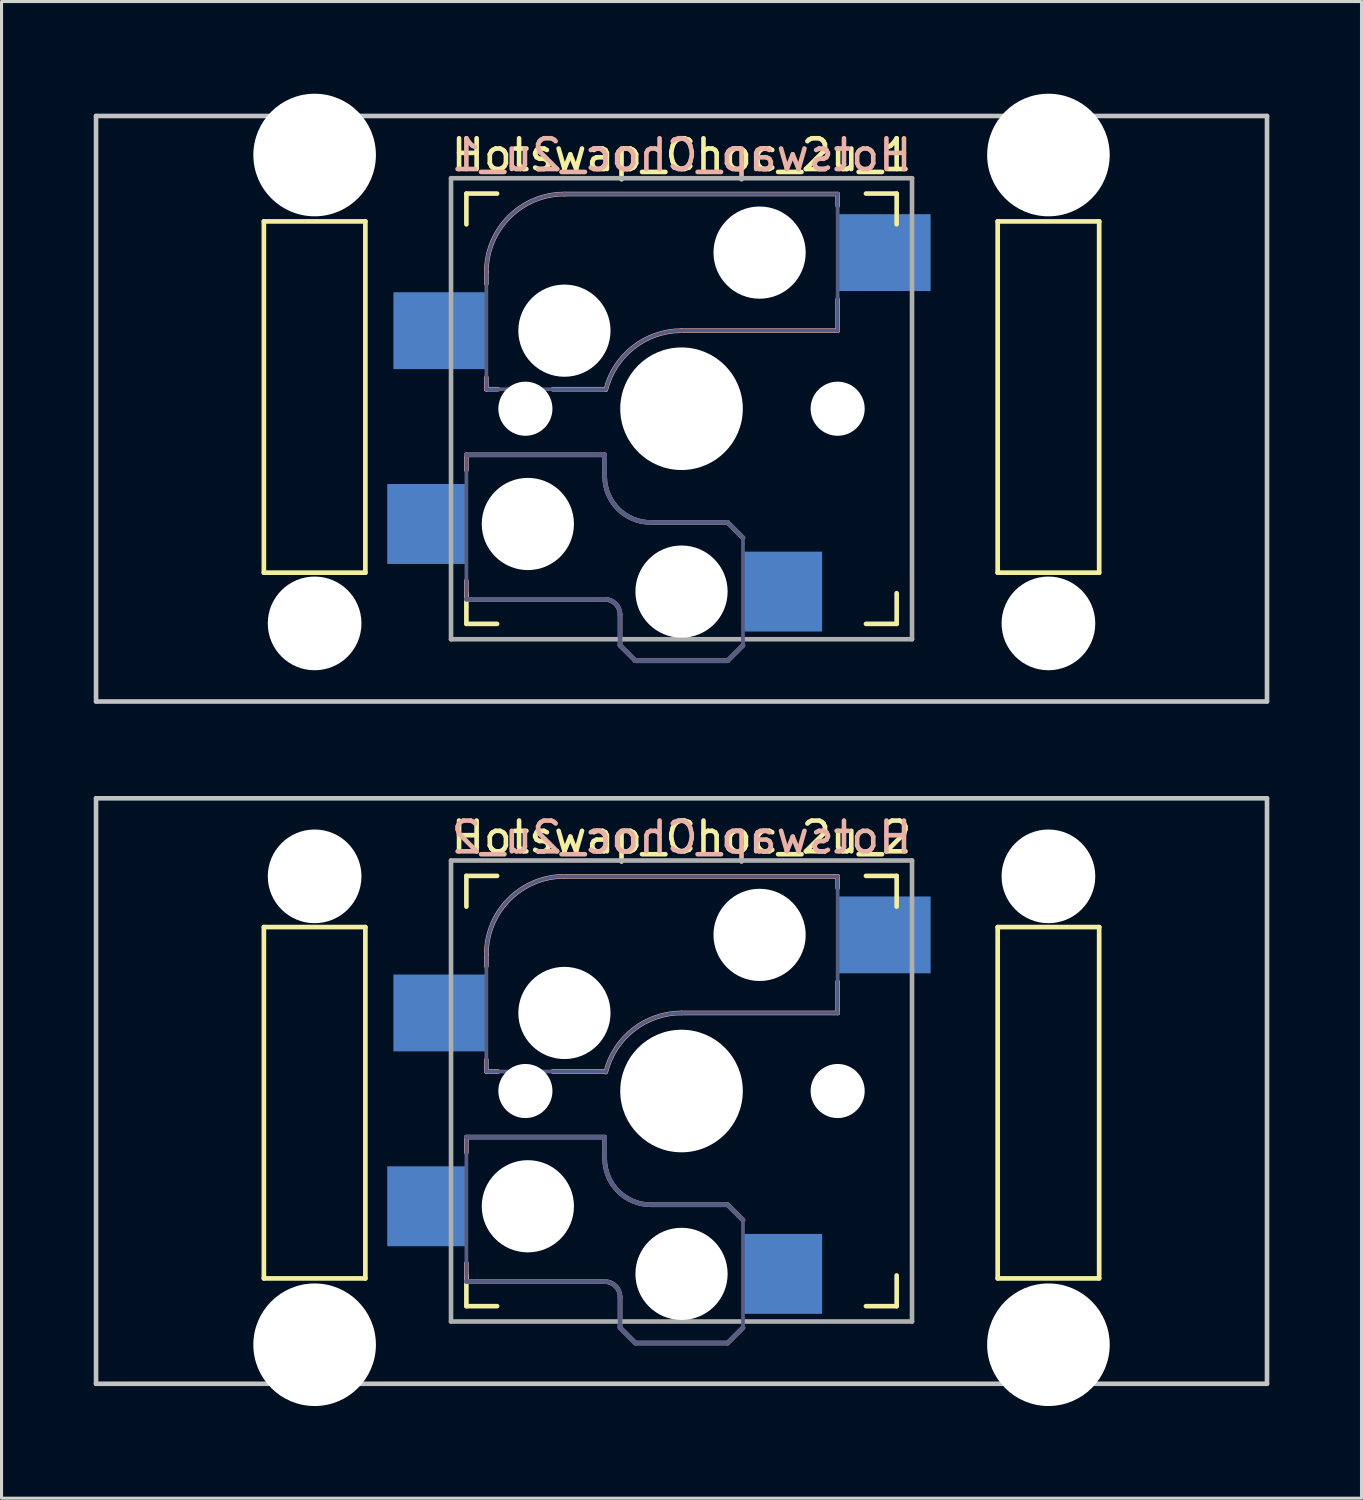
<source format=kicad_pcb>
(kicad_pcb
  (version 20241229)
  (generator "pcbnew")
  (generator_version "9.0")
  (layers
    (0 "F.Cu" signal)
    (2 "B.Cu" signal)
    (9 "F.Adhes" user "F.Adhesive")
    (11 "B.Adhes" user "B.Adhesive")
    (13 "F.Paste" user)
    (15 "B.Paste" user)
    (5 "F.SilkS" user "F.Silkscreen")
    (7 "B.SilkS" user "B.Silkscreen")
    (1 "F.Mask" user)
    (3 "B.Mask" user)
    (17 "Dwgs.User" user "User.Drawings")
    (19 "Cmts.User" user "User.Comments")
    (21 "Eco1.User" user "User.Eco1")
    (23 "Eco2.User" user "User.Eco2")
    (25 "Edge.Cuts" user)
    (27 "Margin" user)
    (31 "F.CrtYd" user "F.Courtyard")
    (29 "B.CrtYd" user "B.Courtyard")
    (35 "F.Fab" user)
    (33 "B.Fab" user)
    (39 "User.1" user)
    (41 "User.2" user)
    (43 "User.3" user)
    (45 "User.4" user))
  (footprint "Hotswap_Choc_2u_2"
    (layer "F.Cu")
    (at 19.125 32.449)
    (property "Reference" "Hotswap_Choc_2u_2" (at 0 -8.255 0) (layer "F.SilkS") (effects (font (size 1 1) (thickness 0.15))))
    (attr through_hole)
    (fp_line (start -13.589 -5.334) (end -13.589 6.096) (stroke (width 0.152) (type solid)) (layer "F.SilkS"))
    (fp_line (start -13.589 6.096) (end -10.287 6.096) (stroke (width 0.152) (type solid)) (layer "F.SilkS"))
    (fp_line (start -10.287 -5.334) (end -13.589 -5.334) (stroke (width 0.152) (type solid)) (layer "F.SilkS"))
    (fp_line (start -10.287 6.096) (end -10.287 -5.334) (stroke (width 0.152) (type solid)) (layer "F.SilkS"))
    (fp_line (start -7 -6) (end -7 -7) (stroke (width 0.15) (type solid)) (layer "F.SilkS"))
    (fp_line (start -7 7) (end -7 6) (stroke (width 0.15) (type solid)) (layer "F.SilkS"))
    (fp_line (start -7 7) (end -6 7) (stroke (width 0.15) (type solid)) (layer "F.SilkS"))
    (fp_line (start -6 -7) (end -7 -7) (stroke (width 0.15) (type solid)) (layer "F.SilkS"))
    (fp_line (start 6 7) (end 7 7) (stroke (width 0.15) (type solid)) (layer "F.SilkS"))
    (fp_line (start 7 -7) (end 6 -7) (stroke (width 0.15) (type solid)) (layer "F.SilkS"))
    (fp_line (start 7 -7) (end 7 -6) (stroke (width 0.15) (type solid)) (layer "F.SilkS"))
    (fp_line (start 7 6) (end 7 7) (stroke (width 0.15) (type solid)) (layer "F.SilkS"))
    (fp_line (start 10.287 -5.334) (end 10.287 6.096) (stroke (width 0.152) (type solid)) (layer "F.SilkS"))
    (fp_line (start 10.287 6.096) (end 13.589 6.096) (stroke (width 0.152) (type solid)) (layer "F.SilkS"))
    (fp_line (start 13.589 -5.334) (end 10.287 -5.334) (stroke (width 0.152) (type solid)) (layer "F.SilkS"))
    (fp_line (start 13.589 6.096) (end 13.589 -5.334) (stroke (width 0.152) (type solid)) (layer "F.SilkS"))
    (fp_line (start -7 1.5) (end -7 2) (stroke (width 0.15) (type solid)) (layer "B.SilkS"))
    (fp_line (start -7 5.6) (end -7 6.2) (stroke (width 0.15) (type solid)) (layer "B.SilkS"))
    (fp_line (start -7 6.2) (end -2.5 6.2) (stroke (width 0.15) (type solid)) (layer "B.SilkS"))
    (fp_line (start -6.35 -4.445) (end -6.35 -4.064) (stroke (width 0.15) (type solid)) (layer "B.SilkS"))
    (fp_line (start -6.35 -1.016) (end -6.35 -0.635) (stroke (width 0.15) (type solid)) (layer "B.SilkS"))
    (fp_line (start -6.35 -0.635) (end -5.969 -0.635) (stroke (width 0.15) (type solid)) (layer "B.SilkS"))
    (fp_line (start -4.191 -0.635) (end -2.54 -0.635) (stroke (width 0.15) (type solid)) (layer "B.SilkS"))
    (fp_line (start -2.5 1.5) (end -7 1.5) (stroke (width 0.15) (type solid)) (layer "B.SilkS"))
    (fp_line (start -2.5 2.2) (end -2.5 1.5) (stroke (width 0.15) (type solid)) (layer "B.SilkS"))
    (fp_line (start -2 6.7) (end -2 7.7) (stroke (width 0.15) (type solid)) (layer "B.SilkS"))
    (fp_line (start -1.5 8.2) (end -2 7.7) (stroke (width 0.15) (type solid)) (layer "B.SilkS"))
    (fp_line (start 0 -2.54) (end 5.08 -2.54) (stroke (width 0.15) (type solid)) (layer "B.SilkS"))
    (fp_line (start 1.5 3.7) (end -1 3.7) (stroke (width 0.15) (type solid)) (layer "B.SilkS"))
    (fp_line (start 1.5 8.2) (end -1.5 8.2) (stroke (width 0.15) (type solid)) (layer "B.SilkS"))
    (fp_line (start 2 4.2) (end 1.5 3.7) (stroke (width 0.15) (type solid)) (layer "B.SilkS"))
    (fp_line (start 2 7.7) (end 1.5 8.2) (stroke (width 0.15) (type solid)) (layer "B.SilkS"))
    (fp_line (start 5.08 -6.985) (end -3.81 -6.985) (stroke (width 0.15) (type solid)) (layer "B.SilkS"))
    (fp_line (start 5.08 -6.604) (end 5.08 -6.985) (stroke (width 0.15) (type solid)) (layer "B.SilkS"))
    (fp_line (start 5.08 -2.54) (end 5.08 -3.556) (stroke (width 0.15) (type solid)) (layer "B.SilkS"))
    (fp_arc (start -6.35 -4.445) (mid -5.606051 -6.241051) (end -3.81 -6.985) (stroke (width 0.15) (type solid)) (layer "B.SilkS"))
    (fp_arc (start -2.5 6.2) (mid -2.146447 6.346447) (end -2 6.7) (stroke (width 0.15) (type solid)) (layer "B.SilkS"))
    (fp_arc (start -2.464162 -0.61604) (mid -1.563147 -2.002042) (end 0 -2.54) (stroke (width 0.15) (type solid)) (layer "B.SilkS"))
    (fp_arc (start -1 3.7) (mid -2.06066 3.26066) (end -2.5 2.2) (stroke (width 0.15) (type solid)) (layer "B.SilkS"))
    (fp_line (start -19.05 -9.525) (end 19.05 -9.525) (stroke (width 0.15) (type solid)) (layer "Dwgs.User"))
    (fp_line (start -19.05 9.525) (end -19.05 -9.525) (stroke (width 0.15) (type solid)) (layer "Dwgs.User"))
    (fp_line (start -19.05 9.525) (end 19.05 9.525) (stroke (width 0.15) (type solid)) (layer "Dwgs.User"))
    (fp_line (start 19.05 -9.525) (end 19.05 9.525) (stroke (width 0.15) (type solid)) (layer "Dwgs.User"))
    (fp_line (start -6.9 6.9) (end -6.9 -6.9) (stroke (width 0.15) (type solid)) (layer "Eco2.User"))
    (fp_line (start -6.9 6.9) (end 6.9 6.9) (stroke (width 0.15) (type solid)) (layer "Eco2.User"))
    (fp_line (start 6.9 -6.9) (end -6.9 -6.9) (stroke (width 0.15) (type solid)) (layer "Eco2.User"))
    (fp_line (start 6.9 -6.9) (end 6.9 6.9) (stroke (width 0.15) (type solid)) (layer "Eco2.User"))
    (fp_line (start -7 1.5) (end -7 6.2) (stroke (width 0.12) (type solid)) (layer "B.Fab"))
    (fp_line (start -7 6.2) (end -2.5 6.2) (stroke (width 0.15) (type solid)) (layer "B.Fab"))
    (fp_line (start -6.35 -4.445) (end -6.35 -0.635) (stroke (width 0.12) (type solid)) (layer "B.Fab"))
    (fp_line (start -6.35 -0.635) (end -2.54 -0.635) (stroke (width 0.12) (type solid)) (layer "B.Fab"))
    (fp_line (start -2.5 1.5) (end -7 1.5) (stroke (width 0.15) (type solid)) (layer "B.Fab"))
    (fp_line (start -2.5 2.2) (end -2.5 1.5) (stroke (width 0.15) (type solid)) (layer "B.Fab"))
    (fp_line (start -2 6.7) (end -2 7.7) (stroke (width 0.15) (type solid)) (layer "B.Fab"))
    (fp_line (start -1.5 8.2) (end -2 7.7) (stroke (width 0.15) (type solid)) (layer "B.Fab"))
    (fp_line (start 0 -2.54) (end 5.08 -2.54) (stroke (width 0.12) (type solid)) (layer "B.Fab"))
    (fp_line (start 1.5 3.7) (end -1 3.7) (stroke (width 0.15) (type solid)) (layer "B.Fab"))
    (fp_line (start 1.5 8.2) (end -1.5 8.2) (stroke (width 0.15) (type solid)) (layer "B.Fab"))
    (fp_line (start 2 4.2) (end 1.5 3.7) (stroke (width 0.15) (type solid)) (layer "B.Fab"))
    (fp_line (start 2 4.25) (end 2 7.7) (stroke (width 0.12) (type solid)) (layer "B.Fab"))
    (fp_line (start 2 7.7) (end 1.5 8.2) (stroke (width 0.15) (type solid)) (layer "B.Fab"))
    (fp_line (start 5.08 -6.985) (end -3.81 -6.985) (stroke (width 0.12) (type solid)) (layer "B.Fab"))
    (fp_line (start 5.08 -2.54) (end 5.08 -6.985) (stroke (width 0.12) (type solid)) (layer "B.Fab"))
    (fp_arc (start -6.35 -4.445) (mid -5.606051 -6.241051) (end -3.81 -6.985) (stroke (width 0.12) (type solid)) (layer "B.Fab"))
    (fp_arc (start -2.5 6.2) (mid -2.146447 6.346447) (end -2 6.7) (stroke (width 0.15) (type solid)) (layer "B.Fab"))
    (fp_arc (start -2.464162 -0.61604) (mid -1.563147 -2.002042) (end 0 -2.54) (stroke (width 0.12) (type solid)) (layer "B.Fab"))
    (fp_arc (start -1 3.7) (mid -2.06066 3.26066) (end -2.5 2.2) (stroke (width 0.15) (type solid)) (layer "B.Fab"))
    (fp_line (start -7.5 -7.5) (end 7.5 -7.5) (stroke (width 0.15) (type solid)) (layer "F.Fab"))
    (fp_line (start -7.5 7.5) (end -7.5 -7.5) (stroke (width 0.15) (type solid)) (layer "F.Fab"))
    (fp_line (start 7.5 -7.5) (end 7.5 7.5) (stroke (width 0.15) (type solid)) (layer "F.Fab"))
    (fp_line (start 7.5 7.5) (end -7.5 7.5) (stroke (width 0.15) (type solid)) (layer "F.Fab"))
    (fp_text user "${REFERENCE}" (at 0 -8.255 0) (layer "B.SilkS") (effects (font (size 1 1) (thickness 0.15)) (justify mirror)))
    (pad "" np_thru_hole circle (at -11.938 -6.985) (size 3.048 3.048) (drill 3.048) (layers "*.Cu" "*.Mask"))
    (pad "" np_thru_hole circle (at -11.938 8.255) (size 3.988 3.988) (drill 3.988) (layers "*.Cu" "*.Mask"))
    (pad "" np_thru_hole circle (at -5.08 0 180) (size 1.76 1.76) (drill 1.76) (layers "*.Cu" "*.Mask"))
    (pad "" np_thru_hole circle (at -5 3.75) (size 3 3) (drill 3) (layers "*.Cu" "*.Mask"))
    (pad "" np_thru_hole circle (at -3.81 -2.54 180) (size 3 3) (drill 3) (layers "*.Cu" "*.Mask"))
    (pad "" np_thru_hole circle (at 0 0 180) (size 3.988 3.988) (drill 3.988) (layers "*.Cu" "*.Mask"))
    (pad "" np_thru_hole circle (at 0 5.95) (size 3 3) (drill 3) (layers "*.Cu" "*.Mask"))
    (pad "" np_thru_hole circle (at 2.54 -5.08 180) (size 3 3) (drill 3) (layers "*.Cu" "*.Mask"))
    (pad "" np_thru_hole circle (at 5.08 0 180) (size 1.76 1.76) (drill 1.76) (layers "*.Cu" "*.Mask"))
    (pad "" np_thru_hole circle (at 11.938 -6.985) (size 3.048 3.048) (drill 3.048) (layers "*.Cu" "*.Mask"))
    (pad "" np_thru_hole circle (at 11.938 8.255) (size 3.988 3.988) (drill 3.988) (layers "*.Cu" "*.Mask"))
    (pad "1" smd rect (at -8.275 3.75) (size 2.6 2.6) (layers "B.Cu" "B.Mask"))
    (pad "1" smd rect (at -7.874 -2.54 180) (size 3 2.5) (layers "B.Cu" "B.Mask"))
    (pad "2" smd rect (at 3.275 5.95) (size 2.6 2.6) (layers "B.Cu" "B.Mask"))
    (pad "2" smd rect (at 6.604 -5.08 180) (size 3 2.5) (layers "B.Cu" "B.Mask")))
  (footprint "Hotswap_Choc_2u_1"
    (layer "F.Cu")
    (at 19.125 10.249)
    (property "Reference" "Hotswap_Choc_2u_1" (at 0 -8.255 0) (layer "F.SilkS") (effects (font (size 1 1) (thickness 0.15))))
    (attr through_hole)
    (fp_line (start -13.589 -6.096) (end -13.589 5.334) (stroke (width 0.152) (type solid)) (layer "F.SilkS"))
    (fp_line (start -13.589 5.334) (end -10.287 5.334) (stroke (width 0.152) (type solid)) (layer "F.SilkS"))
    (fp_line (start -10.287 -6.096) (end -13.589 -6.096) (stroke (width 0.152) (type solid)) (layer "F.SilkS"))
    (fp_line (start -10.287 5.334) (end -10.287 -6.096) (stroke (width 0.152) (type solid)) (layer "F.SilkS"))
    (fp_line (start -7 -6) (end -7 -7) (stroke (width 0.15) (type solid)) (layer "F.SilkS"))
    (fp_line (start -7 7) (end -7 6) (stroke (width 0.15) (type solid)) (layer "F.SilkS"))
    (fp_line (start -7 7) (end -6 7) (stroke (width 0.15) (type solid)) (layer "F.SilkS"))
    (fp_line (start -6 -7) (end -7 -7) (stroke (width 0.15) (type solid)) (layer "F.SilkS"))
    (fp_line (start 6 7) (end 7 7) (stroke (width 0.15) (type solid)) (layer "F.SilkS"))
    (fp_line (start 7 -7) (end 6 -7) (stroke (width 0.15) (type solid)) (layer "F.SilkS"))
    (fp_line (start 7 -7) (end 7 -6) (stroke (width 0.15) (type solid)) (layer "F.SilkS"))
    (fp_line (start 7 6) (end 7 7) (stroke (width 0.15) (type solid)) (layer "F.SilkS"))
    (fp_line (start 10.287 -6.096) (end 10.287 5.334) (stroke (width 0.152) (type solid)) (layer "F.SilkS"))
    (fp_line (start 10.287 5.334) (end 13.589 5.334) (stroke (width 0.152) (type solid)) (layer "F.SilkS"))
    (fp_line (start 13.589 -6.096) (end 10.287 -6.096) (stroke (width 0.152) (type solid)) (layer "F.SilkS"))
    (fp_line (start 13.589 5.334) (end 13.589 -6.096) (stroke (width 0.152) (type solid)) (layer "F.SilkS"))
    (fp_line (start -7 1.5) (end -7 2) (stroke (width 0.15) (type solid)) (layer "B.SilkS"))
    (fp_line (start -7 5.6) (end -7 6.2) (stroke (width 0.15) (type solid)) (layer "B.SilkS"))
    (fp_line (start -7 6.2) (end -2.5 6.2) (stroke (width 0.15) (type solid)) (layer "B.SilkS"))
    (fp_line (start -6.35 -4.445) (end -6.35 -4.064) (stroke (width 0.15) (type solid)) (layer "B.SilkS"))
    (fp_line (start -6.35 -1.016) (end -6.35 -0.635) (stroke (width 0.15) (type solid)) (layer "B.SilkS"))
    (fp_line (start -6.35 -0.635) (end -5.969 -0.635) (stroke (width 0.15) (type solid)) (layer "B.SilkS"))
    (fp_line (start -4.191 -0.635) (end -2.54 -0.635) (stroke (width 0.15) (type solid)) (layer "B.SilkS"))
    (fp_line (start -2.5 1.5) (end -7 1.5) (stroke (width 0.15) (type solid)) (layer "B.SilkS"))
    (fp_line (start -2.5 2.2) (end -2.5 1.5) (stroke (width 0.15) (type solid)) (layer "B.SilkS"))
    (fp_line (start -2 6.7) (end -2 7.7) (stroke (width 0.15) (type solid)) (layer "B.SilkS"))
    (fp_line (start -1.5 8.2) (end -2 7.7) (stroke (width 0.15) (type solid)) (layer "B.SilkS"))
    (fp_line (start 0 -2.54) (end 5.08 -2.54) (stroke (width 0.15) (type solid)) (layer "B.SilkS"))
    (fp_line (start 1.5 3.7) (end -1 3.7) (stroke (width 0.15) (type solid)) (layer "B.SilkS"))
    (fp_line (start 1.5 8.2) (end -1.5 8.2) (stroke (width 0.15) (type solid)) (layer "B.SilkS"))
    (fp_line (start 2 4.2) (end 1.5 3.7) (stroke (width 0.15) (type solid)) (layer "B.SilkS"))
    (fp_line (start 2 7.7) (end 1.5 8.2) (stroke (width 0.15) (type solid)) (layer "B.SilkS"))
    (fp_line (start 5.08 -6.985) (end -3.81 -6.985) (stroke (width 0.15) (type solid)) (layer "B.SilkS"))
    (fp_line (start 5.08 -6.604) (end 5.08 -6.985) (stroke (width 0.15) (type solid)) (layer "B.SilkS"))
    (fp_line (start 5.08 -2.54) (end 5.08 -3.556) (stroke (width 0.15) (type solid)) (layer "B.SilkS"))
    (fp_arc (start -6.35 -4.445) (mid -5.606051 -6.241051) (end -3.81 -6.985) (stroke (width 0.15) (type solid)) (layer "B.SilkS"))
    (fp_arc (start -2.5 6.2) (mid -2.146447 6.346447) (end -2 6.7) (stroke (width 0.15) (type solid)) (layer "B.SilkS"))
    (fp_arc (start -2.464162 -0.61604) (mid -1.563147 -2.002042) (end 0 -2.54) (stroke (width 0.15) (type solid)) (layer "B.SilkS"))
    (fp_arc (start -1 3.7) (mid -2.06066 3.26066) (end -2.5 2.2) (stroke (width 0.15) (type solid)) (layer "B.SilkS"))
    (fp_line (start -19.05 -9.525) (end 19.05 -9.525) (stroke (width 0.15) (type solid)) (layer "Dwgs.User"))
    (fp_line (start -19.05 9.525) (end -19.05 -9.525) (stroke (width 0.15) (type solid)) (layer "Dwgs.User"))
    (fp_line (start 19.05 -9.525) (end 19.05 9.525) (stroke (width 0.15) (type solid)) (layer "Dwgs.User"))
    (fp_line (start 19.05 9.525) (end -19.05 9.525) (stroke (width 0.15) (type solid)) (layer "Dwgs.User"))
    (fp_line (start -6.9 6.9) (end -6.9 -6.9) (stroke (width 0.15) (type solid)) (layer "Eco2.User"))
    (fp_line (start -6.9 6.9) (end 6.9 6.9) (stroke (width 0.15) (type solid)) (layer "Eco2.User"))
    (fp_line (start 6.9 -6.9) (end -6.9 -6.9) (stroke (width 0.15) (type solid)) (layer "Eco2.User"))
    (fp_line (start 6.9 -6.9) (end 6.9 6.9) (stroke (width 0.15) (type solid)) (layer "Eco2.User"))
    (fp_line (start -7 1.5) (end -7 6.2) (stroke (width 0.12) (type solid)) (layer "B.Fab"))
    (fp_line (start -7 6.2) (end -2.5 6.2) (stroke (width 0.15) (type solid)) (layer "B.Fab"))
    (fp_line (start -6.35 -4.445) (end -6.35 -0.635) (stroke (width 0.12) (type solid)) (layer "B.Fab"))
    (fp_line (start -6.35 -0.635) (end -2.54 -0.635) (stroke (width 0.12) (type solid)) (layer "B.Fab"))
    (fp_line (start -2.5 1.5) (end -7 1.5) (stroke (width 0.15) (type solid)) (layer "B.Fab"))
    (fp_line (start -2.5 2.2) (end -2.5 1.5) (stroke (width 0.15) (type solid)) (layer "B.Fab"))
    (fp_line (start -2 6.7) (end -2 7.7) (stroke (width 0.15) (type solid)) (layer "B.Fab"))
    (fp_line (start -1.5 8.2) (end -2 7.7) (stroke (width 0.15) (type solid)) (layer "B.Fab"))
    (fp_line (start 0 -2.54) (end 5.08 -2.54) (stroke (width 0.12) (type solid)) (layer "B.Fab"))
    (fp_line (start 1.5 3.7) (end -1 3.7) (stroke (width 0.15) (type solid)) (layer "B.Fab"))
    (fp_line (start 1.5 8.2) (end -1.5 8.2) (stroke (width 0.15) (type solid)) (layer "B.Fab"))
    (fp_line (start 2 4.2) (end 1.5 3.7) (stroke (width 0.15) (type solid)) (layer "B.Fab"))
    (fp_line (start 2 4.25) (end 2 7.7) (stroke (width 0.12) (type solid)) (layer "B.Fab"))
    (fp_line (start 2 7.7) (end 1.5 8.2) (stroke (width 0.15) (type solid)) (layer "B.Fab"))
    (fp_line (start 5.08 -6.985) (end -3.81 -6.985) (stroke (width 0.12) (type solid)) (layer "B.Fab"))
    (fp_line (start 5.08 -2.54) (end 5.08 -6.985) (stroke (width 0.12) (type solid)) (layer "B.Fab"))
    (fp_arc (start -6.35 -4.445) (mid -5.606051 -6.241051) (end -3.81 -6.985) (stroke (width 0.12) (type solid)) (layer "B.Fab"))
    (fp_arc (start -2.5 6.2) (mid -2.146447 6.346447) (end -2 6.7) (stroke (width 0.15) (type solid)) (layer "B.Fab"))
    (fp_arc (start -2.464162 -0.61604) (mid -1.563147 -2.002042) (end 0 -2.54) (stroke (width 0.12) (type solid)) (layer "B.Fab"))
    (fp_arc (start -1 3.7) (mid -2.06066 3.26066) (end -2.5 2.2) (stroke (width 0.15) (type solid)) (layer "B.Fab"))
    (fp_line (start -7.5 -7.5) (end 7.5 -7.5) (stroke (width 0.15) (type solid)) (layer "F.Fab"))
    (fp_line (start -7.5 7.5) (end -7.5 -7.5) (stroke (width 0.15) (type solid)) (layer "F.Fab"))
    (fp_line (start 7.5 -7.5) (end 7.5 7.5) (stroke (width 0.15) (type solid)) (layer "F.Fab"))
    (fp_line (start 7.5 7.5) (end -7.5 7.5) (stroke (width 0.15) (type solid)) (layer "F.Fab"))
    (fp_text user "${REFERENCE}" (at 0 -8.255 0) (layer "B.SilkS") (effects (font (size 1 1) (thickness 0.15)) (justify mirror)))
    (pad "" np_thru_hole circle (at -11.938 -8.255 180) (size 3.988 3.988) (drill 3.988) (layers "*.Cu" "*.Mask"))
    (pad "" np_thru_hole circle (at -11.938 6.985 180) (size 3.048 3.048) (drill 3.048) (layers "*.Cu" "*.Mask"))
    (pad "" np_thru_hole circle (at -5.08 0 180) (size 1.76 1.76) (drill 1.76) (layers "*.Cu" "*.Mask"))
    (pad "" np_thru_hole circle (at -5 3.75) (size 3 3) (drill 3) (layers "*.Cu" "*.Mask"))
    (pad "" np_thru_hole circle (at -3.81 -2.54 180) (size 3 3) (drill 3) (layers "*.Cu" "*.Mask"))
    (pad "" np_thru_hole circle (at 0 0 180) (size 3.988 3.988) (drill 3.988) (layers "*.Cu" "*.Mask"))
    (pad "" np_thru_hole circle (at 0 5.95) (size 3 3) (drill 3) (layers "*.Cu" "*.Mask"))
    (pad "" np_thru_hole circle (at 2.54 -5.08 180) (size 3 3) (drill 3) (layers "*.Cu" "*.Mask"))
    (pad "" np_thru_hole circle (at 5.08 0 180) (size 1.76 1.76) (drill 1.76) (layers "*.Cu" "*.Mask"))
    (pad "" np_thru_hole circle (at 11.938 -8.255 180) (size 3.988 3.988) (drill 3.988) (layers "*.Cu" "*.Mask"))
    (pad "" np_thru_hole circle (at 11.938 6.985 180) (size 3.048 3.048) (drill 3.048) (layers "*.Cu" "*.Mask"))
    (pad "1" smd rect (at -8.275 3.75) (size 2.6 2.6) (layers "B.Cu" "B.Mask"))
    (pad "1" smd rect (at -7.874 -2.54 180) (size 3 2.5) (layers "B.Cu" "B.Mask"))
    (pad "2" smd rect (at 3.275 5.95) (size 2.6 2.6) (layers "B.Cu" "B.Mask"))
    (pad "2" smd rect (at 6.604 -5.08 180) (size 3 2.5) (layers "B.Cu" "B.Mask")))
  (gr_rect
    (start -3 -3)
    (end 41.25 45.698)
    (stroke (width 0.1) (type default))
    (fill no)
    (layer "Edge.Cuts")))
</source>
